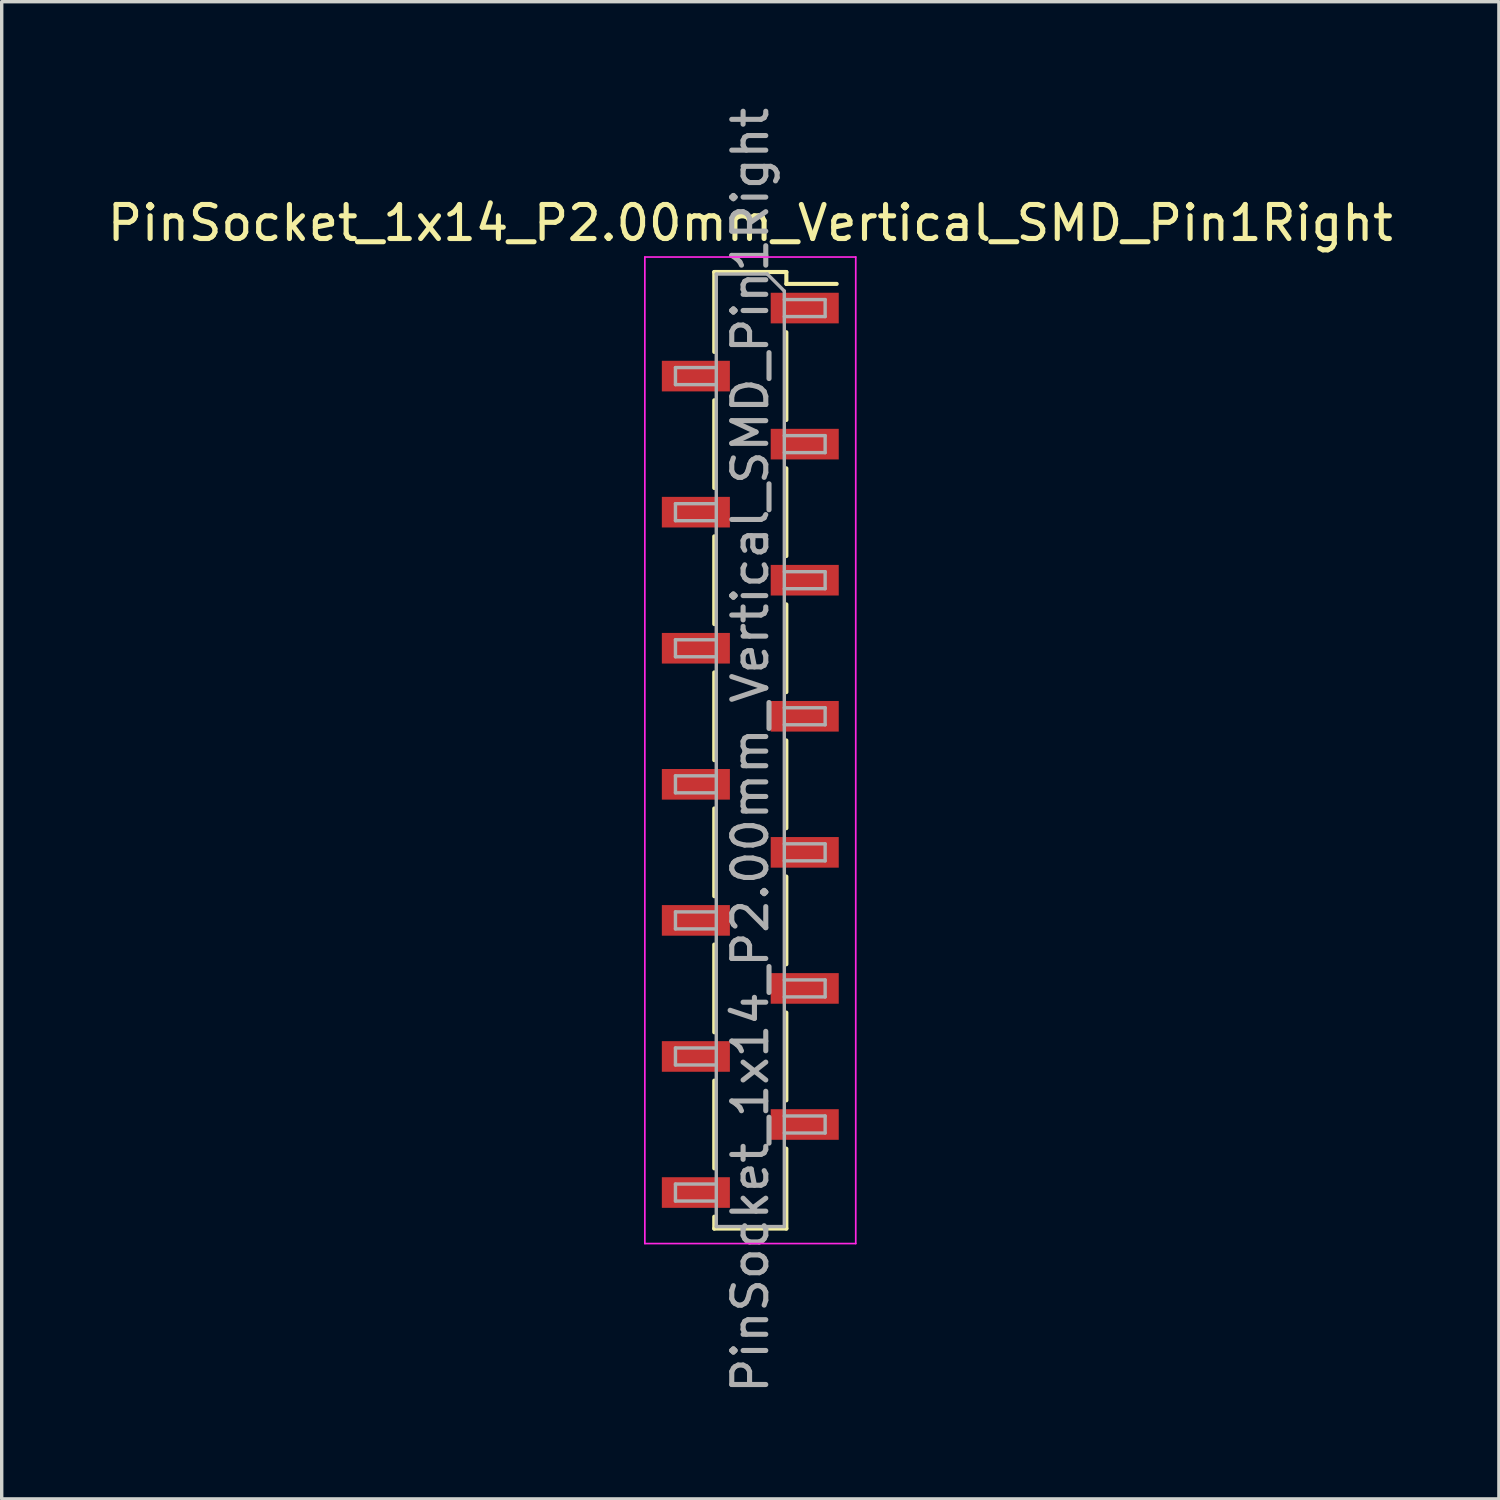
<source format=kicad_pcb>
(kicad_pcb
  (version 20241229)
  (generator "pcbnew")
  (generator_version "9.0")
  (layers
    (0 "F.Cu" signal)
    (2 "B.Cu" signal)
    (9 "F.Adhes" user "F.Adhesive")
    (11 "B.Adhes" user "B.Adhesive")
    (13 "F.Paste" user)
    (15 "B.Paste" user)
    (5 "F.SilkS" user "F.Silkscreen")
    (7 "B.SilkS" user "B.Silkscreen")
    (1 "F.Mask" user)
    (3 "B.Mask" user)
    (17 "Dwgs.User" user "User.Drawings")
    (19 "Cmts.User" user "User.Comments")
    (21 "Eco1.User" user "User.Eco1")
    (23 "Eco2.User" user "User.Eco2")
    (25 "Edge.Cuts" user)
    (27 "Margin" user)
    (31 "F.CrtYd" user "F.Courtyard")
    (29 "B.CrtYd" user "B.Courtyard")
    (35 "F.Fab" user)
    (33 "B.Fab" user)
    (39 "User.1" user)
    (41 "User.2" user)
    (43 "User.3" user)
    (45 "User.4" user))
  (footprint "PinSocket_1x14_P2.00mm_Vertical_SMD_Pin1Right"
    (layer "F.Cu")
    (at 19.006 19.006)
    (property "Reference" "PinSocket_1x14_P2.00mm_Vertical_SMD_Pin1Right" (at 0 -15.5 0) (layer "F.SilkS") (effects (font (size 1 1) (thickness 0.15))))
    (attr smd)
    (fp_line (start -1.06 -14.06) (end -1.06 -11.71) (stroke (width 0.12) (type solid)) (layer "F.SilkS"))
    (fp_line (start -1.06 -14.06) (end 1.06 -14.06) (stroke (width 0.12) (type solid)) (layer "F.SilkS"))
    (fp_line (start -1.06 -10.29) (end -1.06 -7.71) (stroke (width 0.12) (type solid)) (layer "F.SilkS"))
    (fp_line (start -1.06 -6.29) (end -1.06 -3.71) (stroke (width 0.12) (type solid)) (layer "F.SilkS"))
    (fp_line (start -1.06 -2.29) (end -1.06 0.29) (stroke (width 0.12) (type solid)) (layer "F.SilkS"))
    (fp_line (start -1.06 1.71) (end -1.06 4.29) (stroke (width 0.12) (type solid)) (layer "F.SilkS"))
    (fp_line (start -1.06 5.71) (end -1.06 8.29) (stroke (width 0.12) (type solid)) (layer "F.SilkS"))
    (fp_line (start -1.06 9.71) (end -1.06 12.29) (stroke (width 0.12) (type solid)) (layer "F.SilkS"))
    (fp_line (start -1.06 13.71) (end -1.06 14.06) (stroke (width 0.12) (type solid)) (layer "F.SilkS"))
    (fp_line (start -1.06 14.06) (end 1.06 14.06) (stroke (width 0.12) (type solid)) (layer "F.SilkS"))
    (fp_line (start 1.06 -14.06) (end 1.06 -13.71) (stroke (width 0.12) (type solid)) (layer "F.SilkS"))
    (fp_line (start 1.06 -13.71) (end 2.54 -13.71) (stroke (width 0.12) (type solid)) (layer "F.SilkS"))
    (fp_line (start 1.06 -12.29) (end 1.06 -9.71) (stroke (width 0.12) (type solid)) (layer "F.SilkS"))
    (fp_line (start 1.06 -8.29) (end 1.06 -5.71) (stroke (width 0.12) (type solid)) (layer "F.SilkS"))
    (fp_line (start 1.06 -4.29) (end 1.06 -1.71) (stroke (width 0.12) (type solid)) (layer "F.SilkS"))
    (fp_line (start 1.06 -0.29) (end 1.06 2.29) (stroke (width 0.12) (type solid)) (layer "F.SilkS"))
    (fp_line (start 1.06 3.71) (end 1.06 6.29) (stroke (width 0.12) (type solid)) (layer "F.SilkS"))
    (fp_line (start 1.06 7.71) (end 1.06 10.29) (stroke (width 0.12) (type solid)) (layer "F.SilkS"))
    (fp_line (start 1.06 11.71) (end 1.06 14.06) (stroke (width 0.12) (type solid)) (layer "F.SilkS"))
    (fp_line (start -3.1 -14.5) (end 3.1 -14.5) (stroke (width 0.05) (type solid)) (layer "F.CrtYd"))
    (fp_line (start -3.1 14.5) (end -3.1 -14.5) (stroke (width 0.05) (type solid)) (layer "F.CrtYd"))
    (fp_line (start 3.1 -14.5) (end 3.1 14.5) (stroke (width 0.05) (type solid)) (layer "F.CrtYd"))
    (fp_line (start 3.1 14.5) (end -3.1 14.5) (stroke (width 0.05) (type solid)) (layer "F.CrtYd"))
    (fp_line (start -2.2 -11.25) (end -1 -11.25) (stroke (width 0.1) (type solid)) (layer "F.Fab"))
    (fp_line (start -2.2 -10.75) (end -2.2 -11.25) (stroke (width 0.1) (type solid)) (layer "F.Fab"))
    (fp_line (start -2.2 -7.25) (end -1 -7.25) (stroke (width 0.1) (type solid)) (layer "F.Fab"))
    (fp_line (start -2.2 -6.75) (end -2.2 -7.25) (stroke (width 0.1) (type solid)) (layer "F.Fab"))
    (fp_line (start -2.2 -3.25) (end -1 -3.25) (stroke (width 0.1) (type solid)) (layer "F.Fab"))
    (fp_line (start -2.2 -2.75) (end -2.2 -3.25) (stroke (width 0.1) (type solid)) (layer "F.Fab"))
    (fp_line (start -2.2 0.75) (end -1 0.75) (stroke (width 0.1) (type solid)) (layer "F.Fab"))
    (fp_line (start -2.2 1.25) (end -2.2 0.75) (stroke (width 0.1) (type solid)) (layer "F.Fab"))
    (fp_line (start -2.2 4.75) (end -1 4.75) (stroke (width 0.1) (type solid)) (layer "F.Fab"))
    (fp_line (start -2.2 5.25) (end -2.2 4.75) (stroke (width 0.1) (type solid)) (layer "F.Fab"))
    (fp_line (start -2.2 8.75) (end -1 8.75) (stroke (width 0.1) (type solid)) (layer "F.Fab"))
    (fp_line (start -2.2 9.25) (end -2.2 8.75) (stroke (width 0.1) (type solid)) (layer "F.Fab"))
    (fp_line (start -2.2 12.75) (end -1 12.75) (stroke (width 0.1) (type solid)) (layer "F.Fab"))
    (fp_line (start -2.2 13.25) (end -2.2 12.75) (stroke (width 0.1) (type solid)) (layer "F.Fab"))
    (fp_line (start -1 -14) (end 0.5 -14) (stroke (width 0.1) (type solid)) (layer "F.Fab"))
    (fp_line (start -1 -10.75) (end -2.2 -10.75) (stroke (width 0.1) (type solid)) (layer "F.Fab"))
    (fp_line (start -1 -6.75) (end -2.2 -6.75) (stroke (width 0.1) (type solid)) (layer "F.Fab"))
    (fp_line (start -1 -2.75) (end -2.2 -2.75) (stroke (width 0.1) (type solid)) (layer "F.Fab"))
    (fp_line (start -1 1.25) (end -2.2 1.25) (stroke (width 0.1) (type solid)) (layer "F.Fab"))
    (fp_line (start -1 5.25) (end -2.2 5.25) (stroke (width 0.1) (type solid)) (layer "F.Fab"))
    (fp_line (start -1 9.25) (end -2.2 9.25) (stroke (width 0.1) (type solid)) (layer "F.Fab"))
    (fp_line (start -1 13.25) (end -2.2 13.25) (stroke (width 0.1) (type solid)) (layer "F.Fab"))
    (fp_line (start -1 14) (end -1 -14) (stroke (width 0.1) (type solid)) (layer "F.Fab"))
    (fp_line (start 0.5 -14) (end 1 -13.5) (stroke (width 0.1) (type solid)) (layer "F.Fab"))
    (fp_line (start 1 -13.5) (end 1 14) (stroke (width 0.1) (type solid)) (layer "F.Fab"))
    (fp_line (start 1 -13.25) (end 2.2 -13.25) (stroke (width 0.1) (type solid)) (layer "F.Fab"))
    (fp_line (start 1 -9.25) (end 2.2 -9.25) (stroke (width 0.1) (type solid)) (layer "F.Fab"))
    (fp_line (start 1 -5.25) (end 2.2 -5.25) (stroke (width 0.1) (type solid)) (layer "F.Fab"))
    (fp_line (start 1 -1.25) (end 2.2 -1.25) (stroke (width 0.1) (type solid)) (layer "F.Fab"))
    (fp_line (start 1 2.75) (end 2.2 2.75) (stroke (width 0.1) (type solid)) (layer "F.Fab"))
    (fp_line (start 1 6.75) (end 2.2 6.75) (stroke (width 0.1) (type solid)) (layer "F.Fab"))
    (fp_line (start 1 10.75) (end 2.2 10.75) (stroke (width 0.1) (type solid)) (layer "F.Fab"))
    (fp_line (start 1 14) (end -1 14) (stroke (width 0.1) (type solid)) (layer "F.Fab"))
    (fp_line (start 2.2 -13.25) (end 2.2 -12.75) (stroke (width 0.1) (type solid)) (layer "F.Fab"))
    (fp_line (start 2.2 -12.75) (end 1 -12.75) (stroke (width 0.1) (type solid)) (layer "F.Fab"))
    (fp_line (start 2.2 -9.25) (end 2.2 -8.75) (stroke (width 0.1) (type solid)) (layer "F.Fab"))
    (fp_line (start 2.2 -8.75) (end 1 -8.75) (stroke (width 0.1) (type solid)) (layer "F.Fab"))
    (fp_line (start 2.2 -5.25) (end 2.2 -4.75) (stroke (width 0.1) (type solid)) (layer "F.Fab"))
    (fp_line (start 2.2 -4.75) (end 1 -4.75) (stroke (width 0.1) (type solid)) (layer "F.Fab"))
    (fp_line (start 2.2 -1.25) (end 2.2 -0.75) (stroke (width 0.1) (type solid)) (layer "F.Fab"))
    (fp_line (start 2.2 -0.75) (end 1 -0.75) (stroke (width 0.1) (type solid)) (layer "F.Fab"))
    (fp_line (start 2.2 2.75) (end 2.2 3.25) (stroke (width 0.1) (type solid)) (layer "F.Fab"))
    (fp_line (start 2.2 3.25) (end 1 3.25) (stroke (width 0.1) (type solid)) (layer "F.Fab"))
    (fp_line (start 2.2 6.75) (end 2.2 7.25) (stroke (width 0.1) (type solid)) (layer "F.Fab"))
    (fp_line (start 2.2 7.25) (end 1 7.25) (stroke (width 0.1) (type solid)) (layer "F.Fab"))
    (fp_line (start 2.2 10.75) (end 2.2 11.25) (stroke (width 0.1) (type solid)) (layer "F.Fab"))
    (fp_line (start 2.2 11.25) (end 1 11.25) (stroke (width 0.1) (type solid)) (layer "F.Fab"))
    (fp_text user "${REFERENCE}" (at 0 0 90) (layer "F.Fab") (effects (font (size 1 1) (thickness 0.15))))
    (pad "1" smd rect (at 1.6 -13) (size 2 0.9) (layers "F.Cu" "F.Mask" "F.Paste"))
    (pad "2" smd rect (at -1.6 -11) (size 2 0.9) (layers "F.Cu" "F.Mask" "F.Paste"))
    (pad "3" smd rect (at 1.6 -9) (size 2 0.9) (layers "F.Cu" "F.Mask" "F.Paste"))
    (pad "4" smd rect (at -1.6 -7) (size 2 0.9) (layers "F.Cu" "F.Mask" "F.Paste"))
    (pad "5" smd rect (at 1.6 -5) (size 2 0.9) (layers "F.Cu" "F.Mask" "F.Paste"))
    (pad "6" smd rect (at -1.6 -3) (size 2 0.9) (layers "F.Cu" "F.Mask" "F.Paste"))
    (pad "7" smd rect (at 1.6 -1) (size 2 0.9) (layers "F.Cu" "F.Mask" "F.Paste"))
    (pad "8" smd rect (at -1.6 1) (size 2 0.9) (layers "F.Cu" "F.Mask" "F.Paste"))
    (pad "9" smd rect (at 1.6 3) (size 2 0.9) (layers "F.Cu" "F.Mask" "F.Paste"))
    (pad "10" smd rect (at -1.6 5) (size 2 0.9) (layers "F.Cu" "F.Mask" "F.Paste"))
    (pad "11" smd rect (at 1.6 7) (size 2 0.9) (layers "F.Cu" "F.Mask" "F.Paste"))
    (pad "12" smd rect (at -1.6 9) (size 2 0.9) (layers "F.Cu" "F.Mask" "F.Paste"))
    (pad "13" smd rect (at 1.6 11) (size 2 0.9) (layers "F.Cu" "F.Mask" "F.Paste"))
    (pad "14" smd rect (at -1.6 13) (size 2 0.9) (layers "F.Cu" "F.Mask" "F.Paste")))
  (gr_rect
    (start -3 -3)
    (end 41.012 41.012)
    (stroke (width 0.1) (type default))
    (fill no)
    (layer "Edge.Cuts")))
</source>
